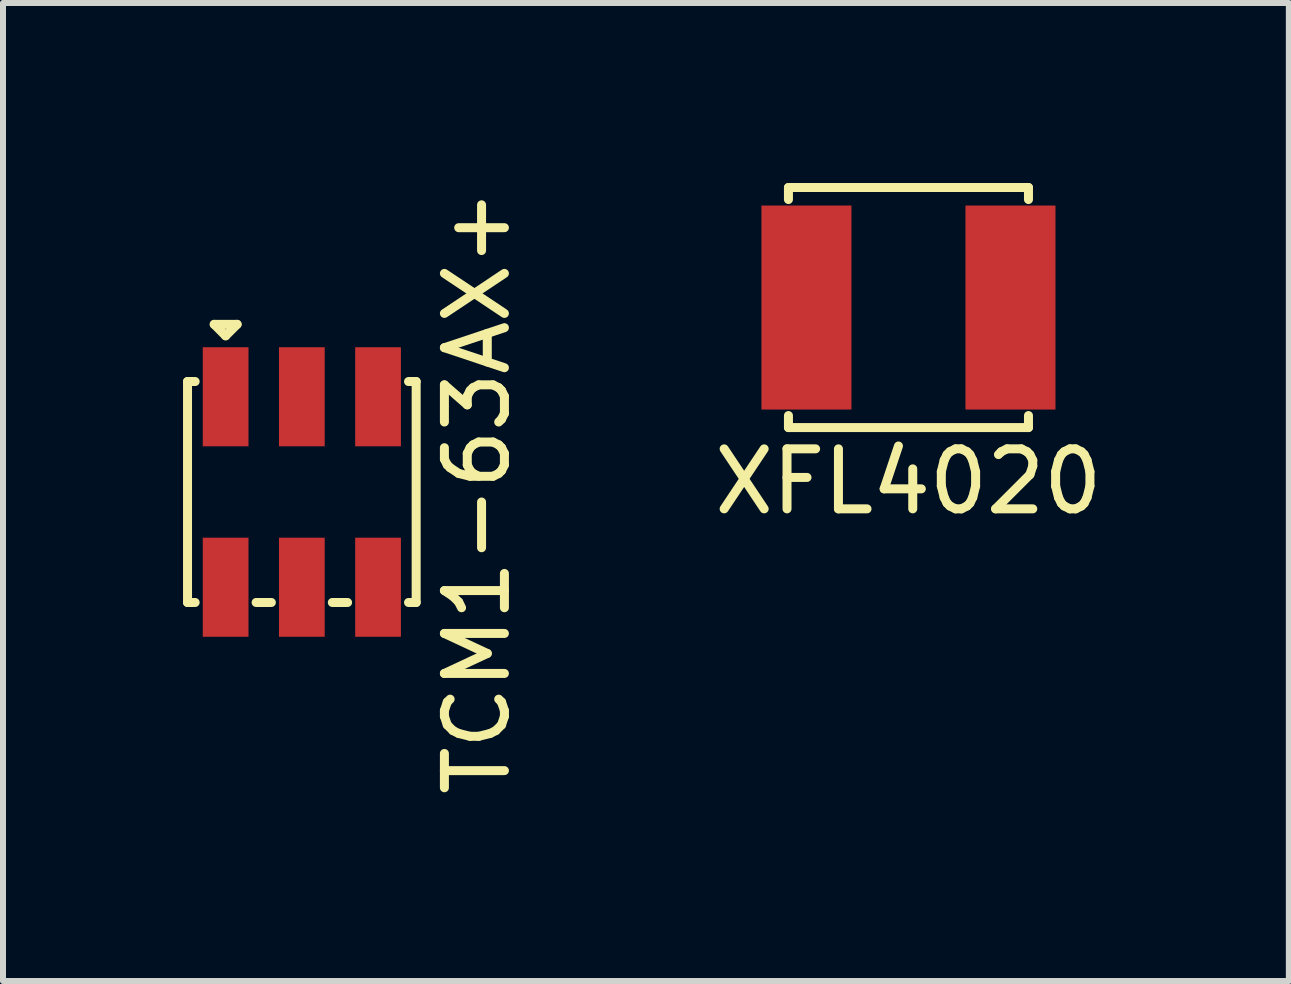
<source format=kicad_pcb>
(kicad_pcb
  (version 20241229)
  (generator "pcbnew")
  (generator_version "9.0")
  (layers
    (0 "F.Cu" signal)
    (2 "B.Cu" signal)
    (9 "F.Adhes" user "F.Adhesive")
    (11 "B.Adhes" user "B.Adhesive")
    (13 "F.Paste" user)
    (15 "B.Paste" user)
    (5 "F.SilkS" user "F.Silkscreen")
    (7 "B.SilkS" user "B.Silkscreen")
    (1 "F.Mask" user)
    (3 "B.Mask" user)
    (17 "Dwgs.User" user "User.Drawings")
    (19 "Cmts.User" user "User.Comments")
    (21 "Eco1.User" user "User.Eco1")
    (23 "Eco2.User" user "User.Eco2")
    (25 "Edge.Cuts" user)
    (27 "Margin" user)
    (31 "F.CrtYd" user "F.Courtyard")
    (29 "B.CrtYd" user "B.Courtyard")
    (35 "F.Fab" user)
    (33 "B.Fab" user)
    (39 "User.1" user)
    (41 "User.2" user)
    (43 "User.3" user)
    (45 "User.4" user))
  (footprint "XFL4020"
    (layer "F.Cu")
    (at 12.089 2.075)
    (property "Reference" "XFL4020" (at 0 2.9 0) (layer "F.SilkS") (effects (font (size 1 1) (thickness 0.15))))
    (attr through_hole)
    (fp_line (start -2 -2) (end -2 -1.8) (stroke (width 0.15) (type solid)) (layer "F.SilkS"))
    (fp_line (start -2 2) (end -2 1.8) (stroke (width 0.15) (type solid)) (layer "F.SilkS"))
    (fp_line (start 2 -2) (end -2 -2) (stroke (width 0.15) (type solid)) (layer "F.SilkS"))
    (fp_line (start 2 -2) (end 2 -1.8) (stroke (width 0.15) (type solid)) (layer "F.SilkS"))
    (fp_line (start 2 1.8) (end 2 2) (stroke (width 0.15) (type solid)) (layer "F.SilkS"))
    (fp_line (start 2 2) (end -2 2) (stroke (width 0.15) (type solid)) (layer "F.SilkS"))
    (pad "1" smd rect (at -1.7 0) (size 1.5 3.4) (layers "F.Cu" "F.Mask" "F.Paste"))
    (pad "2" smd rect (at 1.7 0) (size 1.5 3.4) (layers "F.Cu" "F.Mask" "F.Paste")))
  (footprint "TCM1-63AX+"
    (layer "F.Cu")
    (at 1.98 5.149)
    (property "Reference" "TCM1-63AX+" (at 2.921 0 90) (layer "F.SilkS") (effects (font (size 1 1) (thickness 0.15))))
    (attr through_hole)
    (fp_line (start -1.905 -1.841) (end -1.905 1.841) (stroke (width 0.15) (type solid)) (layer "F.SilkS"))
    (fp_line (start -1.905 1.841) (end -1.778 1.841) (stroke (width 0.15) (type solid)) (layer "F.SilkS"))
    (fp_line (start -1.841 -1.841) (end -1.905 -1.841) (stroke (width 0.15) (type solid)) (layer "F.SilkS"))
    (fp_line (start -1.841 -1.841) (end -1.778 -1.841) (stroke (width 0.15) (type solid)) (layer "F.SilkS"))
    (fp_line (start -1.46 -2.794) (end -1.079 -2.794) (stroke (width 0.15) (type solid)) (layer "F.SilkS"))
    (fp_line (start -1.27 -2.603) (end -1.46 -2.794) (stroke (width 0.15) (type solid)) (layer "F.SilkS"))
    (fp_line (start -1.27 -2.603) (end -1.079 -2.794) (stroke (width 0.15) (type solid)) (layer "F.SilkS"))
    (fp_line (start -0.762 1.841) (end -0.508 1.841) (stroke (width 0.15) (type solid)) (layer "F.SilkS"))
    (fp_line (start 0.508 1.841) (end 0.762 1.841) (stroke (width 0.15) (type solid)) (layer "F.SilkS"))
    (fp_line (start 1.778 1.841) (end 1.905 1.841) (stroke (width 0.15) (type solid)) (layer "F.SilkS"))
    (fp_line (start 1.905 -1.841) (end 1.778 -1.841) (stroke (width 0.15) (type solid)) (layer "F.SilkS"))
    (fp_line (start 1.905 1.841) (end 1.905 -1.841) (stroke (width 0.15) (type solid)) (layer "F.SilkS"))
    (pad "1" smd rect (at -1.27 -1.587) (size 0.762 1.651) (layers "F.Cu" "F.Mask" "F.Paste"))
    (pad "2" smd rect (at 0 -1.587) (size 0.762 1.651) (layers "F.Cu" "F.Mask" "F.Paste"))
    (pad "3" smd rect (at 1.27 -1.587) (size 0.762 1.651) (layers "F.Cu" "F.Mask" "F.Paste"))
    (pad "4" smd rect (at 1.27 1.587) (size 0.762 1.651) (layers "F.Cu" "F.Mask" "F.Paste"))
    (pad "5" smd rect (at 0 1.587) (size 0.762 1.651) (layers "F.Cu" "F.Mask" "F.Paste"))
    (pad "6" smd rect (at -1.27 1.587) (size 0.762 1.651) (layers "F.Cu" "F.Mask" "F.Paste")))
  (gr_rect
    (start -3 -3)
    (end 18.428 13.298)
    (stroke (width 0.1) (type default))
    (fill no)
    (layer "Edge.Cuts")))
</source>
